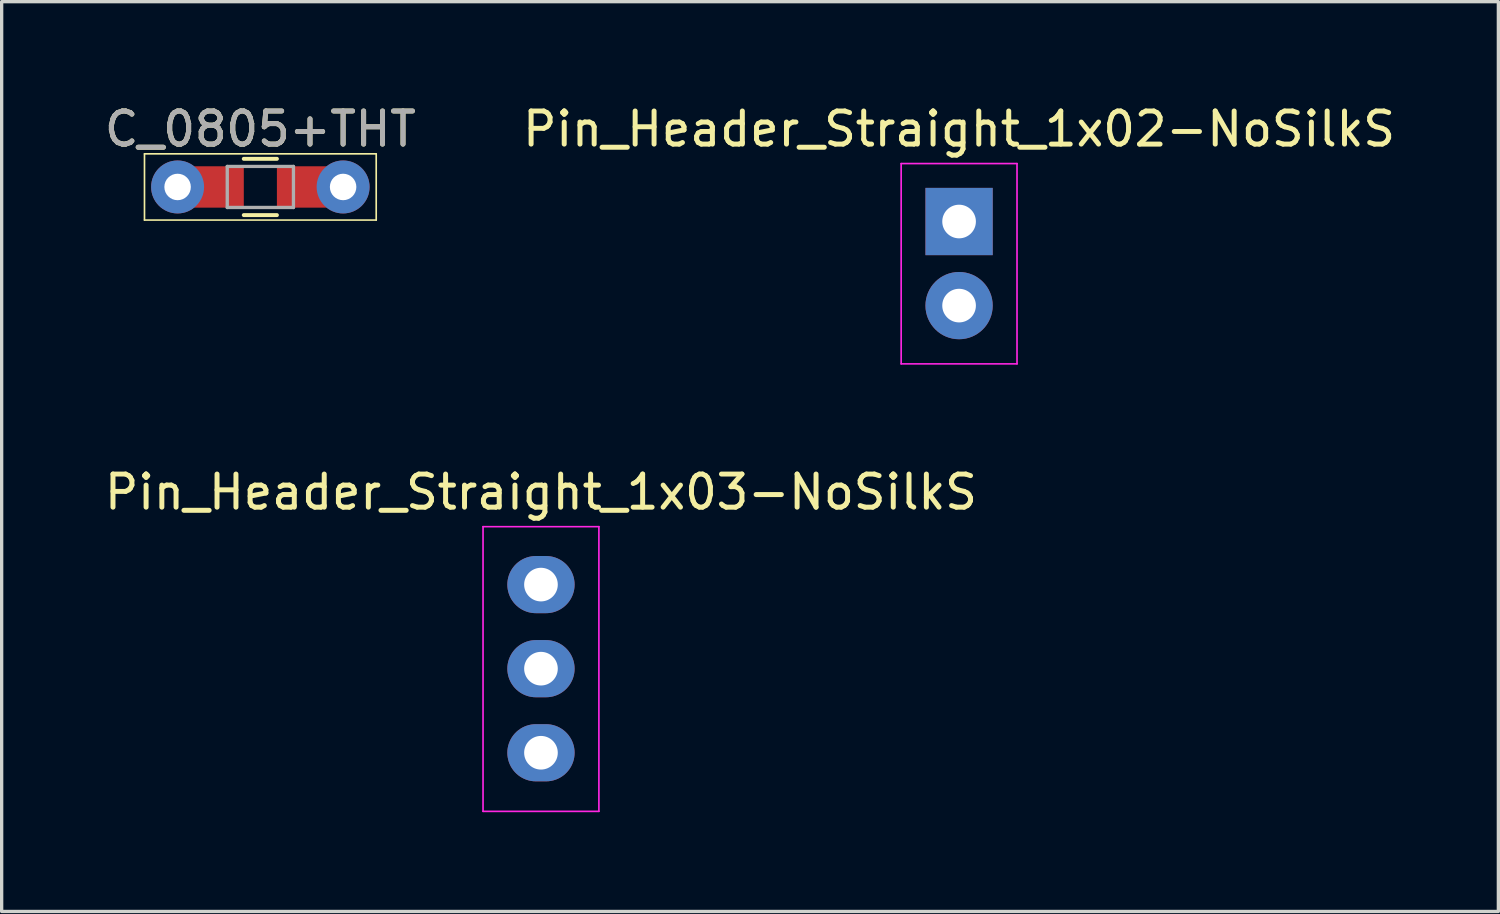
<source format=kicad_pcb>
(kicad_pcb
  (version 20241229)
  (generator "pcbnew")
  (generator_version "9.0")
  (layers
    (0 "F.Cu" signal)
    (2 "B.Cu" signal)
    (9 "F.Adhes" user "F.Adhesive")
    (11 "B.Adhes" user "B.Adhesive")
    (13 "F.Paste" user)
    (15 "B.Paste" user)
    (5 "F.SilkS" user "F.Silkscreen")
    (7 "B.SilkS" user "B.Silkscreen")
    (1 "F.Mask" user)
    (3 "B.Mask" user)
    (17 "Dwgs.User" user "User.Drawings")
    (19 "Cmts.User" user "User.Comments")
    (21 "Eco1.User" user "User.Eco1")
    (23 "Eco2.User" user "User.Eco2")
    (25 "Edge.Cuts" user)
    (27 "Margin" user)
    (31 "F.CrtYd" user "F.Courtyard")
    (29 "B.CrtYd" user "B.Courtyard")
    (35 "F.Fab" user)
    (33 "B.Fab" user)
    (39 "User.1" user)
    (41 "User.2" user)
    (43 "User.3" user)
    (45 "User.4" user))
  (footprint "C_0805+THT"
    (layer "F.Cu")
    (at 4.815 2.598)
    (property "Reference" "C_0805+THT" (at 0 -1.75 0) (layer "F.SilkS") (effects (font (size 1 1) (thickness 0.15))))
    (attr smd)
    (fp_line (start -3.5 -1) (end -3.5 1) (stroke (width 0.05) (type solid)) (layer "F.SilkS"))
    (fp_line (start -3.5 -1) (end 3.5 -1) (stroke (width 0.05) (type solid)) (layer "F.SilkS"))
    (fp_line (start -0.5 0.85) (end 0.5 0.85) (stroke (width 0.12) (type solid)) (layer "F.SilkS"))
    (fp_line (start 0.5 -0.85) (end -0.5 -0.85) (stroke (width 0.12) (type solid)) (layer "F.SilkS"))
    (fp_line (start 3.5 1) (end -3.5 1) (stroke (width 0.05) (type solid)) (layer "F.SilkS"))
    (fp_line (start 3.5 1) (end 3.5 -1) (stroke (width 0.05) (type solid)) (layer "F.SilkS"))
    (fp_line (start -1 -0.62) (end 1 -0.62) (stroke (width 0.1) (type solid)) (layer "F.Fab"))
    (fp_line (start -1 0.62) (end -1 -0.62) (stroke (width 0.1) (type solid)) (layer "F.Fab"))
    (fp_line (start 1 -0.62) (end 1 0.62) (stroke (width 0.1) (type solid)) (layer "F.Fab"))
    (fp_line (start 1 0.62) (end -1 0.62) (stroke (width 0.1) (type solid)) (layer "F.Fab"))
    (fp_text user "${REFERENCE}" (at 0 -1.75 0) (layer "F.Fab") (effects (font (size 1 1) (thickness 0.15))))
    (pad "1" thru_hole circle (at -2.5 0) (size 1.6 1.6) (drill 0.8) (layers "*.Cu" "*.Mask"))
    (pad "1" smd rect (at -1.25 0) (size 1.5 1.25) (layers "F.Cu" "F.Mask" "F.Paste"))
    (pad "2" smd rect (at 1.25 0) (size 1.5 1.25) (layers "F.Cu" "F.Mask" "F.Paste"))
    (pad "2" thru_hole circle (at 2.5 0) (size 1.6 1.6) (drill 0.8) (layers "*.Cu" "*.Mask")))
  (footprint "Pin_Header_Straight_1x03-NoSilkS"
    (layer "F.Cu")
    (at 13.292 14.61)
    (property "Reference" "Pin_Header_Straight_1x03-NoSilkS" (at 0 -2.794 0) (layer "F.SilkS") (effects (font (size 1 1) (thickness 0.15))))
    (attr through_hole)
    (fp_line (start -1.75 -1.75) (end -1.75 6.85) (stroke (width 0.05) (type solid)) (layer "F.CrtYd"))
    (fp_line (start -1.75 -1.75) (end 1.75 -1.75) (stroke (width 0.05) (type solid)) (layer "F.CrtYd"))
    (fp_line (start -1.75 6.85) (end 1.75 6.85) (stroke (width 0.05) (type solid)) (layer "F.CrtYd"))
    (fp_line (start 1.75 -1.75) (end 1.75 6.85) (stroke (width 0.05) (type solid)) (layer "F.CrtYd"))
    (pad "1" thru_hole oval (at 0 0) (size 2.032 1.727) (drill 1.016) (layers "*.Cu" "*.Mask"))
    (pad "2" thru_hole oval (at 0 2.54) (size 2.032 1.727) (drill 1.016) (layers "*.Cu" "*.Mask"))
    (pad "3" thru_hole oval (at 0 5.08) (size 2.032 1.727) (drill 1.016) (layers "*.Cu" "*.Mask")))
  (footprint "Pin_Header_Straight_1x02-NoSilkS"
    (layer "F.Cu")
    (at 25.923 3.642)
    (property "Reference" "Pin_Header_Straight_1x02-NoSilkS" (at 0 -2.794 0) (layer "F.SilkS") (effects (font (size 1 1) (thickness 0.15))))
    (attr through_hole)
    (fp_line (start -1.75 -1.75) (end -1.75 4.3) (stroke (width 0.05) (type solid)) (layer "F.CrtYd"))
    (fp_line (start -1.75 -1.75) (end 1.75 -1.75) (stroke (width 0.05) (type solid)) (layer "F.CrtYd"))
    (fp_line (start -1.75 4.3) (end 1.75 4.3) (stroke (width 0.05) (type solid)) (layer "F.CrtYd"))
    (fp_line (start 1.75 -1.75) (end 1.75 4.3) (stroke (width 0.05) (type solid)) (layer "F.CrtYd"))
    (pad "1" thru_hole rect (at 0 0) (size 2.032 2.032) (drill 1.016) (layers "*.Cu" "*.Mask"))
    (pad "2" thru_hole oval (at 0 2.54) (size 2.032 2.032) (drill 1.016) (layers "*.Cu" "*.Mask")))
  (gr_rect
    (start -3 -3)
    (end 42.214 24.485)
    (stroke (width 0.1) (type default))
    (fill no)
    (layer "Edge.Cuts")))
</source>
